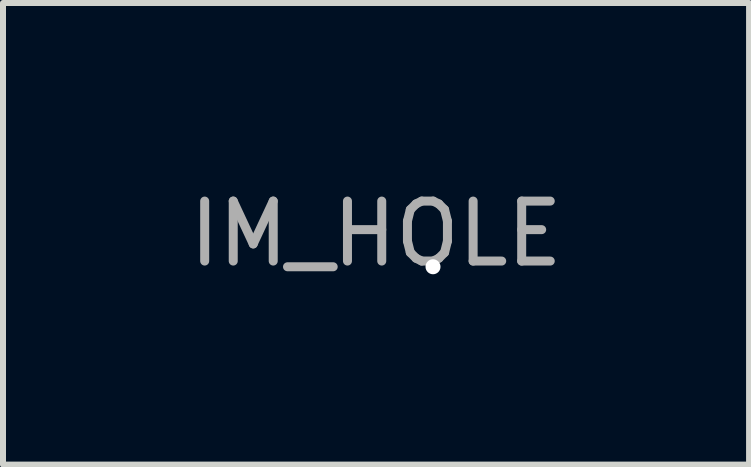
<source format=kicad_pcb>
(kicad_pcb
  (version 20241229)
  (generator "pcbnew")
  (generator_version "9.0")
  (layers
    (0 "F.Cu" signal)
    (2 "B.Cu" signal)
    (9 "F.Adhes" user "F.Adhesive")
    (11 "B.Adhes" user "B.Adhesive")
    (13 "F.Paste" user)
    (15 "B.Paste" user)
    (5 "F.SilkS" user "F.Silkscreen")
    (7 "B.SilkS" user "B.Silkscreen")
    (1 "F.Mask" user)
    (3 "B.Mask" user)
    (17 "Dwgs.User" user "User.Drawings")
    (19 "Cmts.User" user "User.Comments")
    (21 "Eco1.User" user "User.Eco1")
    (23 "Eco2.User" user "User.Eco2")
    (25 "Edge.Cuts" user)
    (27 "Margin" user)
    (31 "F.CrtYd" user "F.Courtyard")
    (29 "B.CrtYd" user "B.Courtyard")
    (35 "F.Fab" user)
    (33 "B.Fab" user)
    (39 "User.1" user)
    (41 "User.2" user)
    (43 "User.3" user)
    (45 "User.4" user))
  (footprint "IM_HOLE"
    (layer "F.Cu")
    (at 4.17 1.398)
    (property "Reference" "IM_HOLE" (at -0.95 -0.55 0) (layer "F.Fab") (effects (font (size 1 1) (thickness 0.15))))
    (attr exclude_from_pos_files exclude_from_bom)
    (pad "" np_thru_hole circle (at 0 0) (size 0.25 0.25) (drill 0.25) (layers "*.Cu" "*.Mask")))
  (gr_rect
    (start -3 -3)
    (end 9.44 4.697)
    (stroke (width 0.1) (type default))
    (fill no)
    (layer "Edge.Cuts")))
</source>
